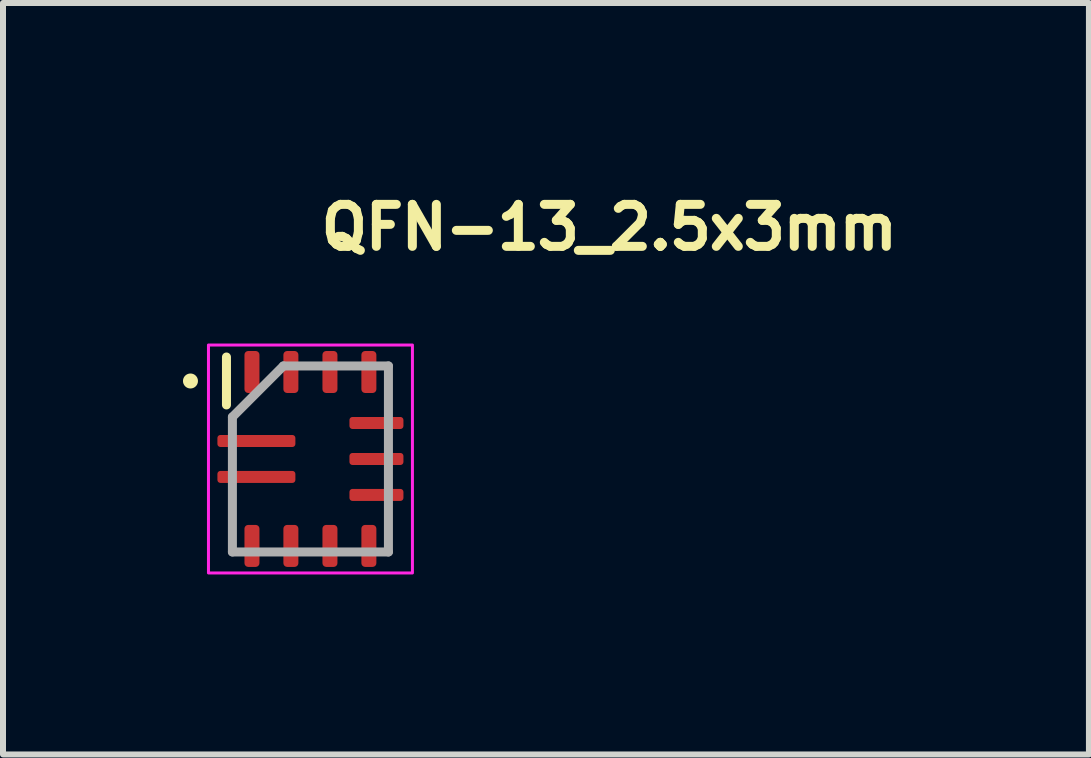
<source format=kicad_pcb>
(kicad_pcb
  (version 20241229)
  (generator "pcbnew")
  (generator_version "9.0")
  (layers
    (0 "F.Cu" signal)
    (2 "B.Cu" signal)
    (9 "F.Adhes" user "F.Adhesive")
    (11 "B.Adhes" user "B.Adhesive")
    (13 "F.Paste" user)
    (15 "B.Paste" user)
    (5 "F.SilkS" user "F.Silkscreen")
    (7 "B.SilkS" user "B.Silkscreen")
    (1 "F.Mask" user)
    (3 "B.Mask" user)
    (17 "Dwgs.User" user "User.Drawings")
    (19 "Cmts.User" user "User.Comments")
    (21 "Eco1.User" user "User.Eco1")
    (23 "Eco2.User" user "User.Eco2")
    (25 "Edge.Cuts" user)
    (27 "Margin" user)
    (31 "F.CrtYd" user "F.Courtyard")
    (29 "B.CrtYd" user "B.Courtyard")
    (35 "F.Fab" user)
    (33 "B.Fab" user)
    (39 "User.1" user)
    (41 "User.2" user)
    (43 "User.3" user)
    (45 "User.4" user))
  (footprint "QFN-13_2.5x3mm"
    (layer "F.Cu")
    (at 2.125 4.601)
    (property "Reference" "QFN-13_2.5x3mm" (at 0.1 -3.451 0) (unlocked yes) (layer "F.SilkS") (effects (font (size 0.7 0.7) (thickness 0.15)) (justify left bottom)))
    (attr smd)
    (fp_line (start -1.4 -0.901) (end -1.4 -1.7) (stroke (width 0.15) (type solid)) (layer "F.SilkS"))
    (fp_circle (center -2 -1.3) (end -1.95 -1.3) (stroke (width 0.15) (type solid)) (fill yes) (layer "F.SilkS"))
    (fp_rect (start 1.7 1.9) (end -1.7 -1.9) (stroke (width 0.05) (type solid)) (fill no) (layer "F.CrtYd"))
    (fp_line (start -1.301 -0.7) (end -0.451 -1.551) (stroke (width 0.15) (type solid)) (layer "F.Fab"))
    (fp_line (start -1.301 1.55) (end -1.301 -0.7) (stroke (width 0.15) (type solid)) (layer "F.Fab"))
    (fp_line (start -0.451 -1.551) (end 1.3 -1.551) (stroke (width 0.15) (type solid)) (layer "F.Fab"))
    (fp_line (start 1.3 -1.551) (end 1.3 1.55) (stroke (width 0.15) (type solid)) (layer "F.Fab"))
    (fp_line (start 1.3 1.55) (end -1.301 1.55) (stroke (width 0.15) (type solid)) (layer "F.Fab"))
    (pad "1" smd roundrect (at -0.901 -0.3 180) (size 1.3 0.2) (layers "F.Cu" "F.Mask" "F.Paste") (roundrect_rratio 0.25))
    (pad "2" smd roundrect (at -0.901 0.299 180) (size 1.3 0.2) (layers "F.Cu" "F.Mask" "F.Paste") (roundrect_rratio 0.25))
    (pad "3" smd roundrect (at -0.975 1.449 90) (size 0.7 0.25) (layers "F.Cu" "F.Mask" "F.Paste") (roundrect_rratio 0.25))
    (pad "4" smd roundrect (at -0.326 1.449 90) (size 0.7 0.25) (layers "F.Cu" "F.Mask" "F.Paste") (roundrect_rratio 0.25))
    (pad "5" smd roundrect (at 0.325 1.449 90) (size 0.7 0.25) (layers "F.Cu" "F.Mask" "F.Paste") (roundrect_rratio 0.25))
    (pad "6" smd roundrect (at 0.974 1.449 90) (size 0.7 0.25) (layers "F.Cu" "F.Mask" "F.Paste") (roundrect_rratio 0.25))
    (pad "7" smd roundrect (at 1.1 0.599 180) (size 0.9 0.2) (layers "F.Cu" "F.Mask" "F.Paste") (roundrect_rratio 0.25))
    (pad "8" smd roundrect (at 1.1 0 180) (size 0.9 0.2) (layers "F.Cu" "F.Mask" "F.Paste") (roundrect_rratio 0.25))
    (pad "9" smd roundrect (at 1.1 -0.6 180) (size 0.9 0.2) (layers "F.Cu" "F.Mask" "F.Paste") (roundrect_rratio 0.25))
    (pad "10" smd roundrect (at 0.974 -1.45 90) (size 0.7 0.25) (layers "F.Cu" "F.Mask" "F.Paste") (roundrect_rratio 0.25))
    (pad "11" smd roundrect (at 0.325 -1.45 90) (size 0.7 0.25) (layers "F.Cu" "F.Mask" "F.Paste") (roundrect_rratio 0.25))
    (pad "12" smd roundrect (at -0.326 -1.45 90) (size 0.7 0.25) (layers "F.Cu" "F.Mask" "F.Paste") (roundrect_rratio 0.25))
    (pad "13" smd roundrect (at -0.975 -1.45 90) (size 0.7 0.25) (layers "F.Cu" "F.Mask" "F.Paste") (roundrect_rratio 0.25)))
  (gr_rect
    (start -3 -3)
    (end 15.102 9.526)
    (stroke (width 0.1) (type default))
    (fill no)
    (layer "Edge.Cuts")))
</source>
